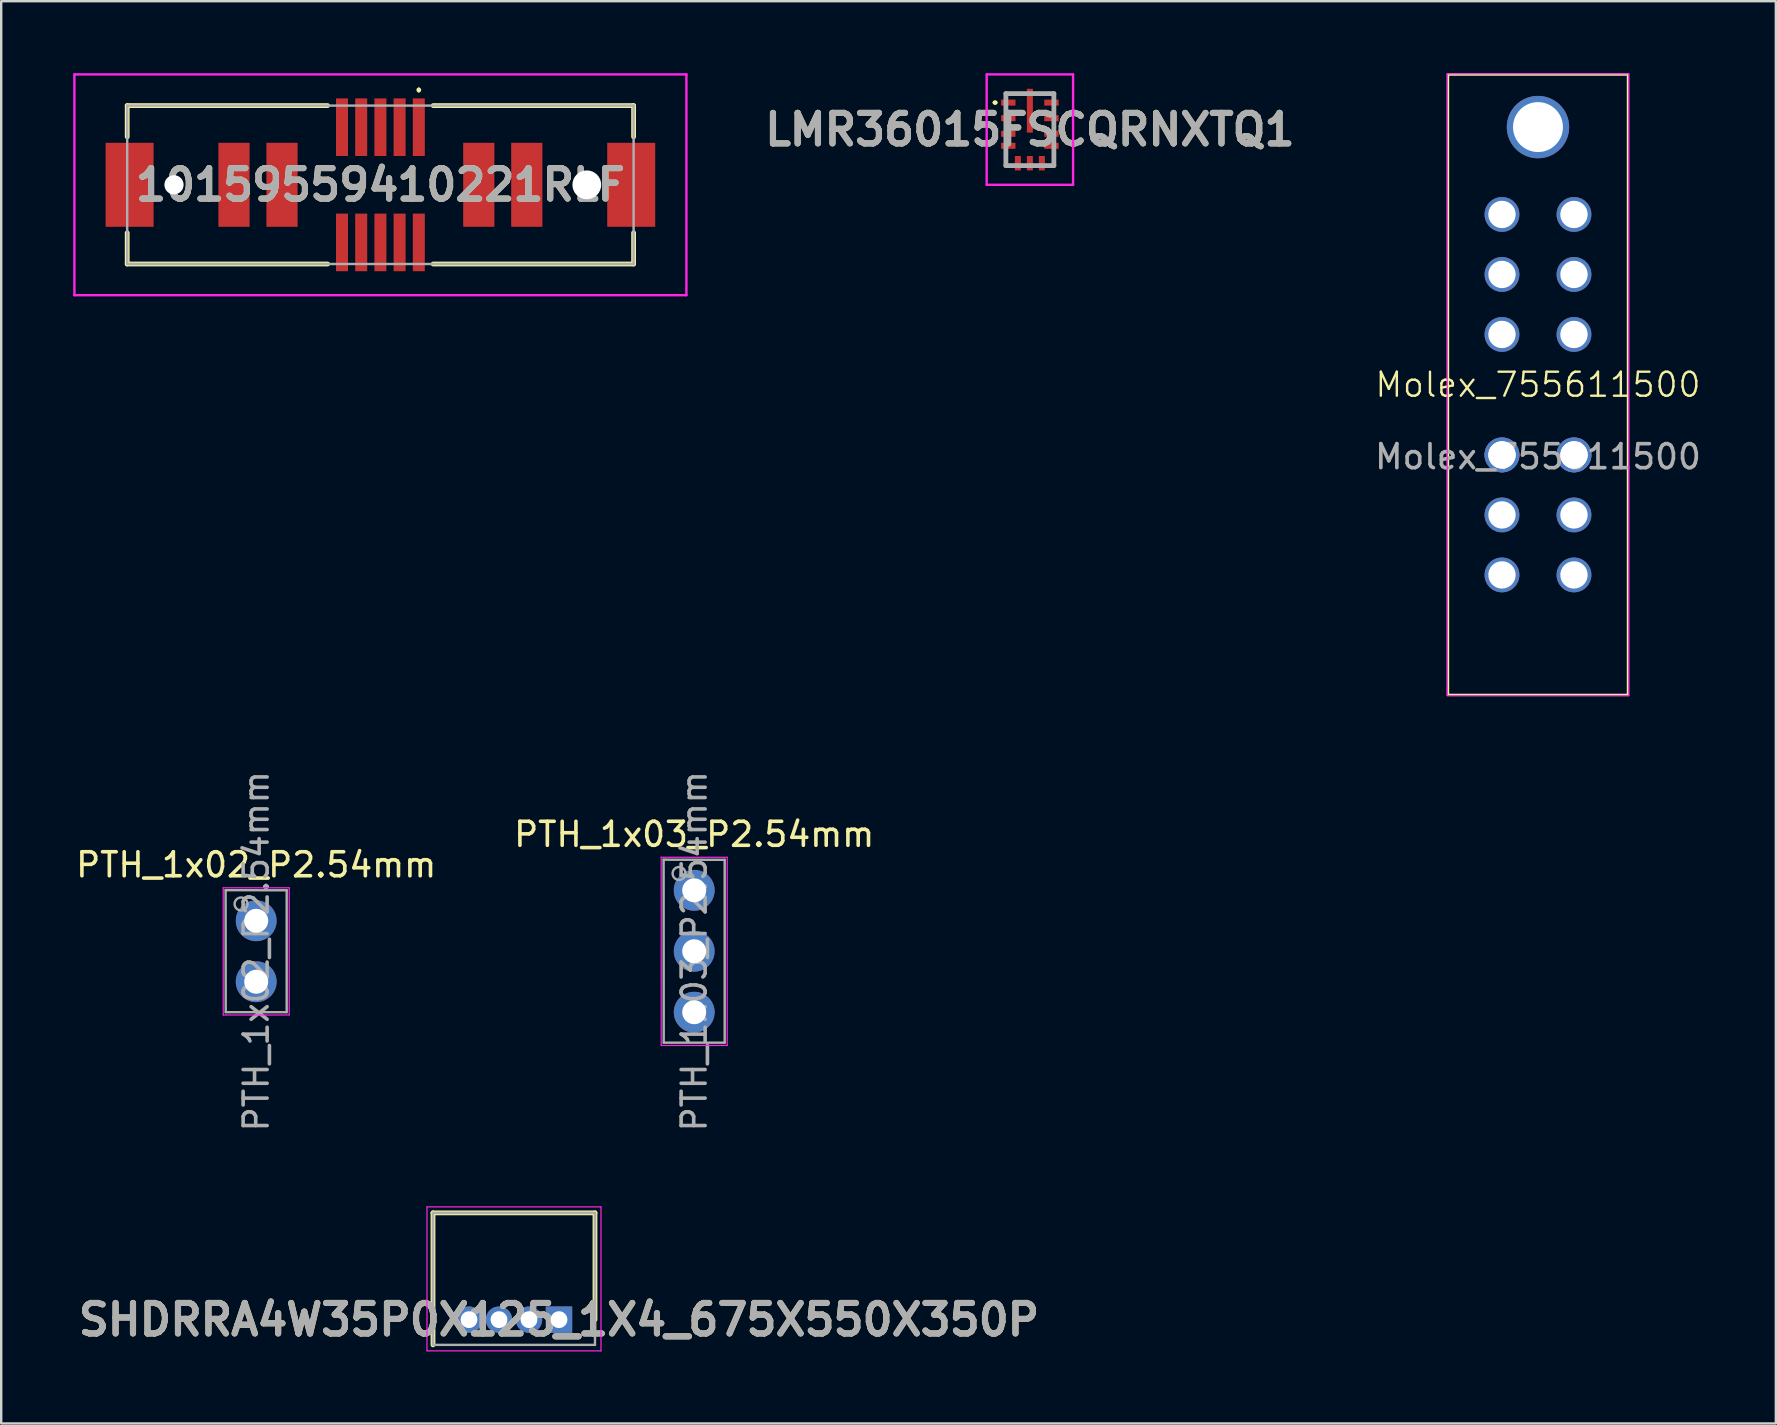
<source format=kicad_pcb>
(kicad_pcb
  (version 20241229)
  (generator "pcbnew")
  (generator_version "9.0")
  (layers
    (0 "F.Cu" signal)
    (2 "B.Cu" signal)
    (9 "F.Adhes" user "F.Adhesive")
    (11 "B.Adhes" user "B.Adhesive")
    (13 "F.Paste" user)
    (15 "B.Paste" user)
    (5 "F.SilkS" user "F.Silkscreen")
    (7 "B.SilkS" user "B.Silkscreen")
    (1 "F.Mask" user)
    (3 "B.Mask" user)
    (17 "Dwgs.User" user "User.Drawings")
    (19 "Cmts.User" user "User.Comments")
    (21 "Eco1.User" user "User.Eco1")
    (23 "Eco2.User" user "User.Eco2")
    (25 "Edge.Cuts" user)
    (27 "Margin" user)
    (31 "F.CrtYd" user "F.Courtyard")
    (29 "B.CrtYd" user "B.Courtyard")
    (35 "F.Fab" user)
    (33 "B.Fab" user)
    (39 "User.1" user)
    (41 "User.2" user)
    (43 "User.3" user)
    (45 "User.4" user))
  (footprint "LMR36015FSCQRNXTQ1"
    (layer "F.Cu")
    (at 39.861 2.35)
    (property "Reference" "LMR36015FSCQRNXTQ1" (at 0 0 0) (layer "F.SilkS") (effects (font (size 1.27 1.27) (thickness 0.254))))
    (attr smd)
    (fp_line (start -1.5 -1.125) (end -1.5 -1.125) (stroke (width 0.1) (type solid)) (layer "F.SilkS"))
    (fp_line (start -1.4 -1.125) (end -1.4 -1.125) (stroke (width 0.1) (type solid)) (layer "F.SilkS"))
    (fp_line (start -1 -1.5) (end -0.5 -1.5) (stroke (width 0.1) (type solid)) (layer "F.SilkS"))
    (fp_line (start -1 1) (end -1 1.5) (stroke (width 0.1) (type solid)) (layer "F.SilkS"))
    (fp_line (start 1 -1.5) (end 0.5 -1.5) (stroke (width 0.1) (type solid)) (layer "F.SilkS"))
    (fp_line (start 1 1) (end 1 1.5) (stroke (width 0.1) (type solid)) (layer "F.SilkS"))
    (fp_arc (start -1.5 -1.125) (mid -1.45 -1.175) (end -1.4 -1.125) (stroke (width 0.1) (type solid)) (layer "F.SilkS"))
    (fp_arc (start -1.4 -1.125) (mid -1.45 -1.075) (end -1.5 -1.125) (stroke (width 0.1) (type solid)) (layer "F.SilkS"))
    (fp_line (start -1.8 -2.3) (end 1.8 -2.3) (stroke (width 0.1) (type solid)) (layer "F.CrtYd"))
    (fp_line (start -1.8 2.3) (end -1.8 -2.3) (stroke (width 0.1) (type solid)) (layer "F.CrtYd"))
    (fp_line (start 1.8 -2.3) (end 1.8 2.3) (stroke (width 0.1) (type solid)) (layer "F.CrtYd"))
    (fp_line (start 1.8 2.3) (end -1.8 2.3) (stroke (width 0.1) (type solid)) (layer "F.CrtYd"))
    (fp_line (start -1 -1.5) (end 1 -1.5) (stroke (width 0.2) (type solid)) (layer "F.Fab"))
    (fp_line (start -1 1.5) (end -1 -1.5) (stroke (width 0.2) (type solid)) (layer "F.Fab"))
    (fp_line (start 1 -1.5) (end 1 1.5) (stroke (width 0.2) (type solid)) (layer "F.Fab"))
    (fp_line (start 1 1.5) (end -1 1.5) (stroke (width 0.2) (type solid)) (layer "F.Fab"))
    (fp_text user "${REFERENCE}" (at 0 0 0) (layer "F.Fab") (effects (font (size 1.27 1.27) (thickness 0.254))))
    (pad "1" smd rect (at -0.9 -1.125 90) (size 0.25 0.6) (layers "F.Cu" "F.Mask" "F.Paste"))
    (pad "2" smd rect (at -0.9 -0.475 90) (size 0.25 0.6) (layers "F.Cu" "F.Mask" "F.Paste"))
    (pad "3" smd rect (at -0.9 0.175 90) (size 0.25 0.6) (layers "F.Cu" "F.Mask" "F.Paste"))
    (pad "4" smd rect (at -0.9 0.675 90) (size 0.25 0.6) (layers "F.Cu" "F.Mask" "F.Paste"))
    (pad "5" smd rect (at -0.5 1.4) (size 0.25 0.6) (layers "F.Cu" "F.Mask" "F.Paste"))
    (pad "6" smd rect (at 0 1.4) (size 0.25 0.6) (layers "F.Cu" "F.Mask" "F.Paste"))
    (pad "7" smd rect (at 0.5 1.4) (size 0.25 0.6) (layers "F.Cu" "F.Mask" "F.Paste"))
    (pad "8" smd rect (at 0.9 0.675 90) (size 0.25 0.6) (layers "F.Cu" "F.Mask" "F.Paste"))
    (pad "9" smd rect (at 0.9 0.175 90) (size 0.25 0.6) (layers "F.Cu" "F.Mask" "F.Paste"))
    (pad "10" smd rect (at 0.9 -0.475 90) (size 0.25 0.6) (layers "F.Cu" "F.Mask" "F.Paste"))
    (pad "11" smd rect (at 0.9 -1.125 90) (size 0.25 0.6) (layers "F.Cu" "F.Mask" "F.Paste"))
    (pad "12" smd rect (at 0 -0.788) (size 0.25 1.825) (layers "F.Cu" "F.Mask" "F.Paste")))
  (footprint "PTH_1x02_P2.54mm"
    (layer "F.Cu")
    (at 7.625 35.315)
    (property "Reference" "PTH_1x02_P2.54mm" (at 0 -2.33 0) (layer "F.SilkS") (effects (font (size 1 1) (thickness 0.15))))
    (attr through_hole)
    (fp_line (start -1.375 -1.375) (end -1.375 3.925) (stroke (width 0.05) (type solid)) (layer "F.CrtYd"))
    (fp_line (start -1.375 3.925) (end 1.375 3.925) (stroke (width 0.05) (type solid)) (layer "F.CrtYd"))
    (fp_line (start 1.375 -1.375) (end -1.375 -1.375) (stroke (width 0.05) (type solid)) (layer "F.CrtYd"))
    (fp_line (start 1.375 3.925) (end 1.375 -1.375) (stroke (width 0.05) (type solid)) (layer "F.CrtYd"))
    (fp_line (start -1.275 -1.275) (end 1.27 -1.27) (stroke (width 0.1) (type solid)) (layer "F.Fab"))
    (fp_line (start -1.27 3.81) (end -1.275 -1.275) (stroke (width 0.1) (type solid)) (layer "F.Fab"))
    (fp_line (start 1.27 -1.27) (end 1.27 3.81) (stroke (width 0.1) (type solid)) (layer "F.Fab"))
    (fp_line (start 1.27 3.81) (end -1.27 3.81) (stroke (width 0.1) (type solid)) (layer "F.Fab"))
    (fp_circle (center -0.631 -0.7) (end -0.381 -0.6) (stroke (width 0.1) (type solid)) (fill no) (layer "F.Fab"))
    (fp_text user "${REFERENCE}" (at 0 1.27 90) (layer "F.Fab") (effects (font (size 1 1) (thickness 0.15))))
    (pad "1" thru_hole circle (at 0 0) (size 1.7 1.7) (drill 1) (layers "*.Cu" "*.Mask"))
    (pad "2" thru_hole oval (at 0 2.54) (size 1.7 1.7) (drill 1) (layers "*.Cu" "*.Mask")))
  (footprint "Molex_755611500"
    (layer "F.Cu")
    (at 61.032 13.48)
    (property "Reference" "Molex_755611500" (at 0 -0.5 0) (unlocked yes) (layer "F.SilkS") (effects (font (size 1 1) (thickness 0.1))))
    (attr through_hole)
    (fp_line (start -3.75 -13.425) (end -3.75 12.425) (stroke (width 0.1) (type default)) (layer "F.SilkS"))
    (fp_line (start -3.75 -13.425) (end 3.75 -13.425) (stroke (width 0.1) (type default)) (layer "F.SilkS"))
    (fp_line (start -3.75 12.425) (end 3.75 12.425) (stroke (width 0.1) (type default)) (layer "F.SilkS"))
    (fp_line (start 3.75 12.425) (end 3.75 -13.425) (stroke (width 0.1) (type default)) (layer "F.SilkS"))
    (fp_line (start -3.78 -13.455) (end -3.78 12.455) (stroke (width 0.05) (type solid)) (layer "F.CrtYd"))
    (fp_line (start -3.78 12.455) (end 3.79 12.455) (stroke (width 0.05) (type solid)) (layer "F.CrtYd"))
    (fp_line (start 3.78 -13.455) (end -3.78 -13.455) (stroke (width 0.05) (type solid)) (layer "F.CrtYd"))
    (fp_line (start 3.78 12.455) (end 3.78 -13.455) (stroke (width 0.05) (type solid)) (layer "F.CrtYd"))
    (fp_text user "${REFERENCE}" (at 0 2.5 0) (unlocked yes) (layer "F.Fab") (effects (font (size 1 1) (thickness 0.15))))
    (pad "1" thru_hole circle (at -1.5 2.425) (size 1.45 1.45) (drill 1.14) (layers "*.Cu" "*.Mask"))
    (pad "1" thru_hole circle (at -1.5 2.425) (size 1.45 1.45) (drill 1.14) (layers "*.Cu" "*.Mask"))
    (pad "1" thru_hole circle (at -1.5 4.925) (size 1.45 1.45) (drill 1.14) (layers "*.Cu" "*.Mask"))
    (pad "1" thru_hole circle (at -1.5 7.425) (size 1.45 1.45) (drill 1.14) (layers "*.Cu" "*.Mask"))
    (pad "1" thru_hole circle (at 1.5 2.425) (size 1.45 1.45) (drill 1.14) (layers "*.Cu" "*.Mask"))
    (pad "1" thru_hole circle (at 1.5 2.425) (size 1.45 1.45) (drill 1.14) (layers "*.Cu" "*.Mask"))
    (pad "1" thru_hole circle (at 1.5 4.925) (size 1.45 1.45) (drill 1.14) (layers "*.Cu" "*.Mask"))
    (pad "1" thru_hole circle (at 1.5 7.425) (size 1.45 1.45) (drill 1.14) (layers "*.Cu" "*.Mask"))
    (pad "2" thru_hole circle (at -1.5 -7.595) (size 1.45 1.45) (drill 1.14) (layers "*.Cu" "*.Mask"))
    (pad "2" thru_hole circle (at -1.5 -5.095) (size 1.45 1.45) (drill 1.14) (layers "*.Cu" "*.Mask"))
    (pad "2" thru_hole circle (at -1.5 -2.595) (size 1.45 1.45) (drill 1.14) (layers "*.Cu" "*.Mask"))
    (pad "2" thru_hole circle (at 1.5 -7.595) (size 1.45 1.45) (drill 1.14) (layers "*.Cu" "*.Mask"))
    (pad "2" thru_hole circle (at 1.5 -5.095) (size 1.45 1.45) (drill 1.14) (layers "*.Cu" "*.Mask"))
    (pad "2" thru_hole circle (at 1.5 -2.595) (size 1.45 1.45) (drill 1.14) (layers "*.Cu" "*.Mask"))
    (pad "MP" thru_hole circle (at 0 -11.235) (size 2.6 2.6) (drill 2.08) (layers "*.Cu" "*.Mask")))
  (footprint "PTH_1x03_P2.54mm"
    (layer "F.Cu")
    (at 25.875 34.045)
    (property "Reference" "PTH_1x03_P2.54mm" (at 0 -2.33 0) (layer "F.SilkS") (effects (font (size 1 1) (thickness 0.15))))
    (attr through_hole)
    (fp_line (start -1.375 -1.375) (end -1.375 6.465) (stroke (width 0.05) (type solid)) (layer "F.CrtYd"))
    (fp_line (start -1.375 6.465) (end 1.375 6.465) (stroke (width 0.05) (type solid)) (layer "F.CrtYd"))
    (fp_line (start 1.375 -1.375) (end -1.375 -1.375) (stroke (width 0.05) (type solid)) (layer "F.CrtYd"))
    (fp_line (start 1.375 6.465) (end 1.375 -1.375) (stroke (width 0.05) (type solid)) (layer "F.CrtYd"))
    (fp_line (start -1.275 -1.275) (end 1.27 -1.27) (stroke (width 0.1) (type solid)) (layer "F.Fab"))
    (fp_line (start -1.27 6.35) (end -1.275 -1.275) (stroke (width 0.1) (type solid)) (layer "F.Fab"))
    (fp_line (start 1.27 -1.27) (end 1.27 6.35) (stroke (width 0.1) (type solid)) (layer "F.Fab"))
    (fp_line (start 1.27 6.35) (end -1.27 6.35) (stroke (width 0.1) (type solid)) (layer "F.Fab"))
    (fp_circle (center -0.631 -0.7) (end -0.381 -0.6) (stroke (width 0.1) (type solid)) (fill no) (layer "F.Fab"))
    (fp_text user "${REFERENCE}" (at 0 2.54 90) (layer "F.Fab") (effects (font (size 1 1) (thickness 0.15))))
    (pad "1" thru_hole circle (at 0 0) (size 1.7 1.7) (drill 1) (layers "*.Cu" "*.Mask"))
    (pad "2" thru_hole oval (at 0 2.54) (size 1.7 1.7) (drill 1) (layers "*.Cu" "*.Mask"))
    (pad "3" thru_hole oval (at 0 5.08) (size 1.7 1.7) (drill 1) (layers "*.Cu" "*.Mask")))
  (footprint "10159559410221RLF"
    (layer "F.Cu")
    (at 12.8 4.65)
    (property "Reference" "10159559410221RLF" (at 0 0 0) (layer "F.SilkS") (effects (font (size 1.27 1.27) (thickness 0.254))))
    (attr through_hole)
    (fp_line (start -10.55 -3.3) (end -10.55 -2) (stroke (width 0.2) (type solid)) (layer "F.SilkS"))
    (fp_line (start -10.55 2) (end -10.55 3.3) (stroke (width 0.2) (type solid)) (layer "F.SilkS"))
    (fp_line (start -10.55 3.3) (end -2.2 3.3) (stroke (width 0.2) (type solid)) (layer "F.SilkS"))
    (fp_line (start -2.2 -3.3) (end -10.55 -3.3) (stroke (width 0.2) (type solid)) (layer "F.SilkS"))
    (fp_line (start 1.6 -4) (end 1.6 -4) (stroke (width 0.1) (type solid)) (layer "F.SilkS"))
    (fp_line (start 1.6 -3.9) (end 1.6 -3.9) (stroke (width 0.1) (type solid)) (layer "F.SilkS"))
    (fp_line (start 2.2 3.3) (end 10.55 3.3) (stroke (width 0.2) (type solid)) (layer "F.SilkS"))
    (fp_line (start 10.55 -3.3) (end 2.2 -3.3) (stroke (width 0.2) (type solid)) (layer "F.SilkS"))
    (fp_line (start 10.55 -2) (end 10.55 -3.3) (stroke (width 0.2) (type solid)) (layer "F.SilkS"))
    (fp_line (start 10.55 3.3) (end 10.55 2) (stroke (width 0.2) (type solid)) (layer "F.SilkS"))
    (fp_arc (start 1.6 -4) (mid 1.65 -3.95) (end 1.6 -3.9) (stroke (width 0.1) (type solid)) (layer "F.SilkS"))
    (fp_arc (start 1.6 -3.9) (mid 1.55 -3.95) (end 1.6 -4) (stroke (width 0.1) (type solid)) (layer "F.SilkS"))
    (fp_line (start -12.75 -4.6) (end 12.75 -4.6) (stroke (width 0.1) (type solid)) (layer "F.CrtYd"))
    (fp_line (start -12.75 4.6) (end -12.75 -4.6) (stroke (width 0.1) (type solid)) (layer "F.CrtYd"))
    (fp_line (start 12.75 -4.6) (end 12.75 4.6) (stroke (width 0.1) (type solid)) (layer "F.CrtYd"))
    (fp_line (start 12.75 4.6) (end -12.75 4.6) (stroke (width 0.1) (type solid)) (layer "F.CrtYd"))
    (fp_line (start -10.55 -3.3) (end -10.55 3.3) (stroke (width 0.1) (type solid)) (layer "F.Fab"))
    (fp_line (start -10.55 3.3) (end 10.55 3.3) (stroke (width 0.1) (type solid)) (layer "F.Fab"))
    (fp_line (start 10.55 -3.3) (end -10.55 -3.3) (stroke (width 0.1) (type solid)) (layer "F.Fab"))
    (fp_line (start 10.55 3.3) (end 10.55 -3.3) (stroke (width 0.1) (type solid)) (layer "F.Fab"))
    (fp_text user "${REFERENCE}" (at 0 0 0) (layer "F.Fab") (effects (font (size 1.27 1.27) (thickness 0.254))))
    (pad "" np_thru_hole circle (at -8.6 0) (size 0.8 0.8) (drill 0.8) (layers "*.Cu" "*.Mask"))
    (pad "" np_thru_hole circle (at 8.6 0) (size 1.2 1.2) (drill 1.2) (layers "*.Cu" "*.Mask"))
    (pad "MP1" smd rect (at 10.45 0) (size 2 3.5) (layers "F.Cu" "F.Mask" "F.Paste"))
    (pad "MP2" smd rect (at -10.45 0) (size 2 3.5) (layers "F.Cu" "F.Mask" "F.Paste"))
    (pad "P1" smd rect (at 4.1 0) (size 1.3 3.5) (layers "F.Cu" "F.Mask" "F.Paste"))
    (pad "P2" smd rect (at -4.1 0) (size 1.3 3.5) (layers "F.Cu" "F.Mask" "F.Paste"))
    (pad "P3" smd rect (at 6.1 0) (size 1.3 3.5) (layers "F.Cu" "F.Mask" "F.Paste"))
    (pad "P4" smd rect (at -6.1 0) (size 1.3 3.5) (layers "F.Cu" "F.Mask" "F.Paste"))
    (pad "S1" smd rect (at 1.6 -2.4) (size 0.5 2.4) (layers "F.Cu" "F.Mask" "F.Paste"))
    (pad "S2" smd rect (at 1.6 2.4) (size 0.5 2.4) (layers "F.Cu" "F.Mask" "F.Paste"))
    (pad "S3" smd rect (at 0.8 -2.4) (size 0.5 2.4) (layers "F.Cu" "F.Mask" "F.Paste"))
    (pad "S4" smd rect (at 0.8 2.4) (size 0.5 2.4) (layers "F.Cu" "F.Mask" "F.Paste"))
    (pad "S5" smd rect (at 0 -2.4) (size 0.5 2.4) (layers "F.Cu" "F.Mask" "F.Paste"))
    (pad "S6" smd rect (at 0 2.4) (size 0.5 2.4) (layers "F.Cu" "F.Mask" "F.Paste"))
    (pad "S7" smd rect (at -0.8 -2.4) (size 0.5 2.4) (layers "F.Cu" "F.Mask" "F.Paste"))
    (pad "S8" smd rect (at -0.8 2.4) (size 0.5 2.4) (layers "F.Cu" "F.Mask" "F.Paste"))
    (pad "S9" smd rect (at -1.6 -2.4) (size 0.5 2.4) (layers "F.Cu" "F.Mask" "F.Paste"))
    (pad "S10" smd rect (at -1.6 2.4) (size 0.5 2.4) (layers "F.Cu" "F.Mask" "F.Paste")))
  (footprint "SHDRRA4W35P0X125_1X4_675X550X350P"
    (layer "F.Cu")
    (at 20.241 51.935)
    (property "Reference" "SHDRRA4W35P0X125_1X4_675X550X350P" (at 0 0 0) (layer "F.SilkS") (effects (font (size 1.27 1.27) (thickness 0.254))))
    (attr through_hole)
    (fp_line (start -5.25 -4.45) (end -5.25 1.05) (stroke (width 0.2) (type solid)) (layer "F.SilkS"))
    (fp_line (start 1.5 -4.45) (end -5.25 -4.45) (stroke (width 0.2) (type solid)) (layer "F.SilkS"))
    (fp_line (start 1.5 0) (end 1.5 -4.45) (stroke (width 0.2) (type solid)) (layer "F.SilkS"))
    (fp_line (start -5.5 -4.7) (end 1.75 -4.7) (stroke (width 0.05) (type solid)) (layer "F.CrtYd"))
    (fp_line (start -5.5 1.3) (end -5.5 -4.7) (stroke (width 0.05) (type solid)) (layer "F.CrtYd"))
    (fp_line (start 1.75 -4.7) (end 1.75 1.3) (stroke (width 0.05) (type solid)) (layer "F.CrtYd"))
    (fp_line (start 1.75 1.3) (end -5.5 1.3) (stroke (width 0.05) (type solid)) (layer "F.CrtYd"))
    (fp_line (start -5.25 -4.45) (end 1.5 -4.45) (stroke (width 0.1) (type solid)) (layer "F.Fab"))
    (fp_line (start -5.25 1.05) (end -5.25 -4.45) (stroke (width 0.1) (type solid)) (layer "F.Fab"))
    (fp_line (start 1.5 -4.45) (end 1.5 1.05) (stroke (width 0.1) (type solid)) (layer "F.Fab"))
    (fp_line (start 1.5 1.05) (end -5.25 1.05) (stroke (width 0.1) (type solid)) (layer "F.Fab"))
    (fp_text user "${REFERENCE}" (at 0 0 0) (layer "F.Fab") (effects (font (size 1.27 1.27) (thickness 0.254))))
    (pad "1" thru_hole rect (at 0 0) (size 1.1 1.1) (drill 0.7) (layers "*.Cu" "*.Mask"))
    (pad "2" thru_hole circle (at -1.25 0) (size 1.1 1.1) (drill 0.7) (layers "*.Cu" "*.Mask"))
    (pad "3" thru_hole circle (at -2.5 0) (size 1.1 1.1) (drill 0.7) (layers "*.Cu" "*.Mask"))
    (pad "4" thru_hole circle (at -3.75 0) (size 1.1 1.1) (drill 0.7) (layers "*.Cu" "*.Mask")))
  (gr_rect
    (start -3 -3)
    (end 70.943 56.26)
    (stroke (width 0.1) (type default))
    (fill no)
    (layer "Edge.Cuts")))
</source>
